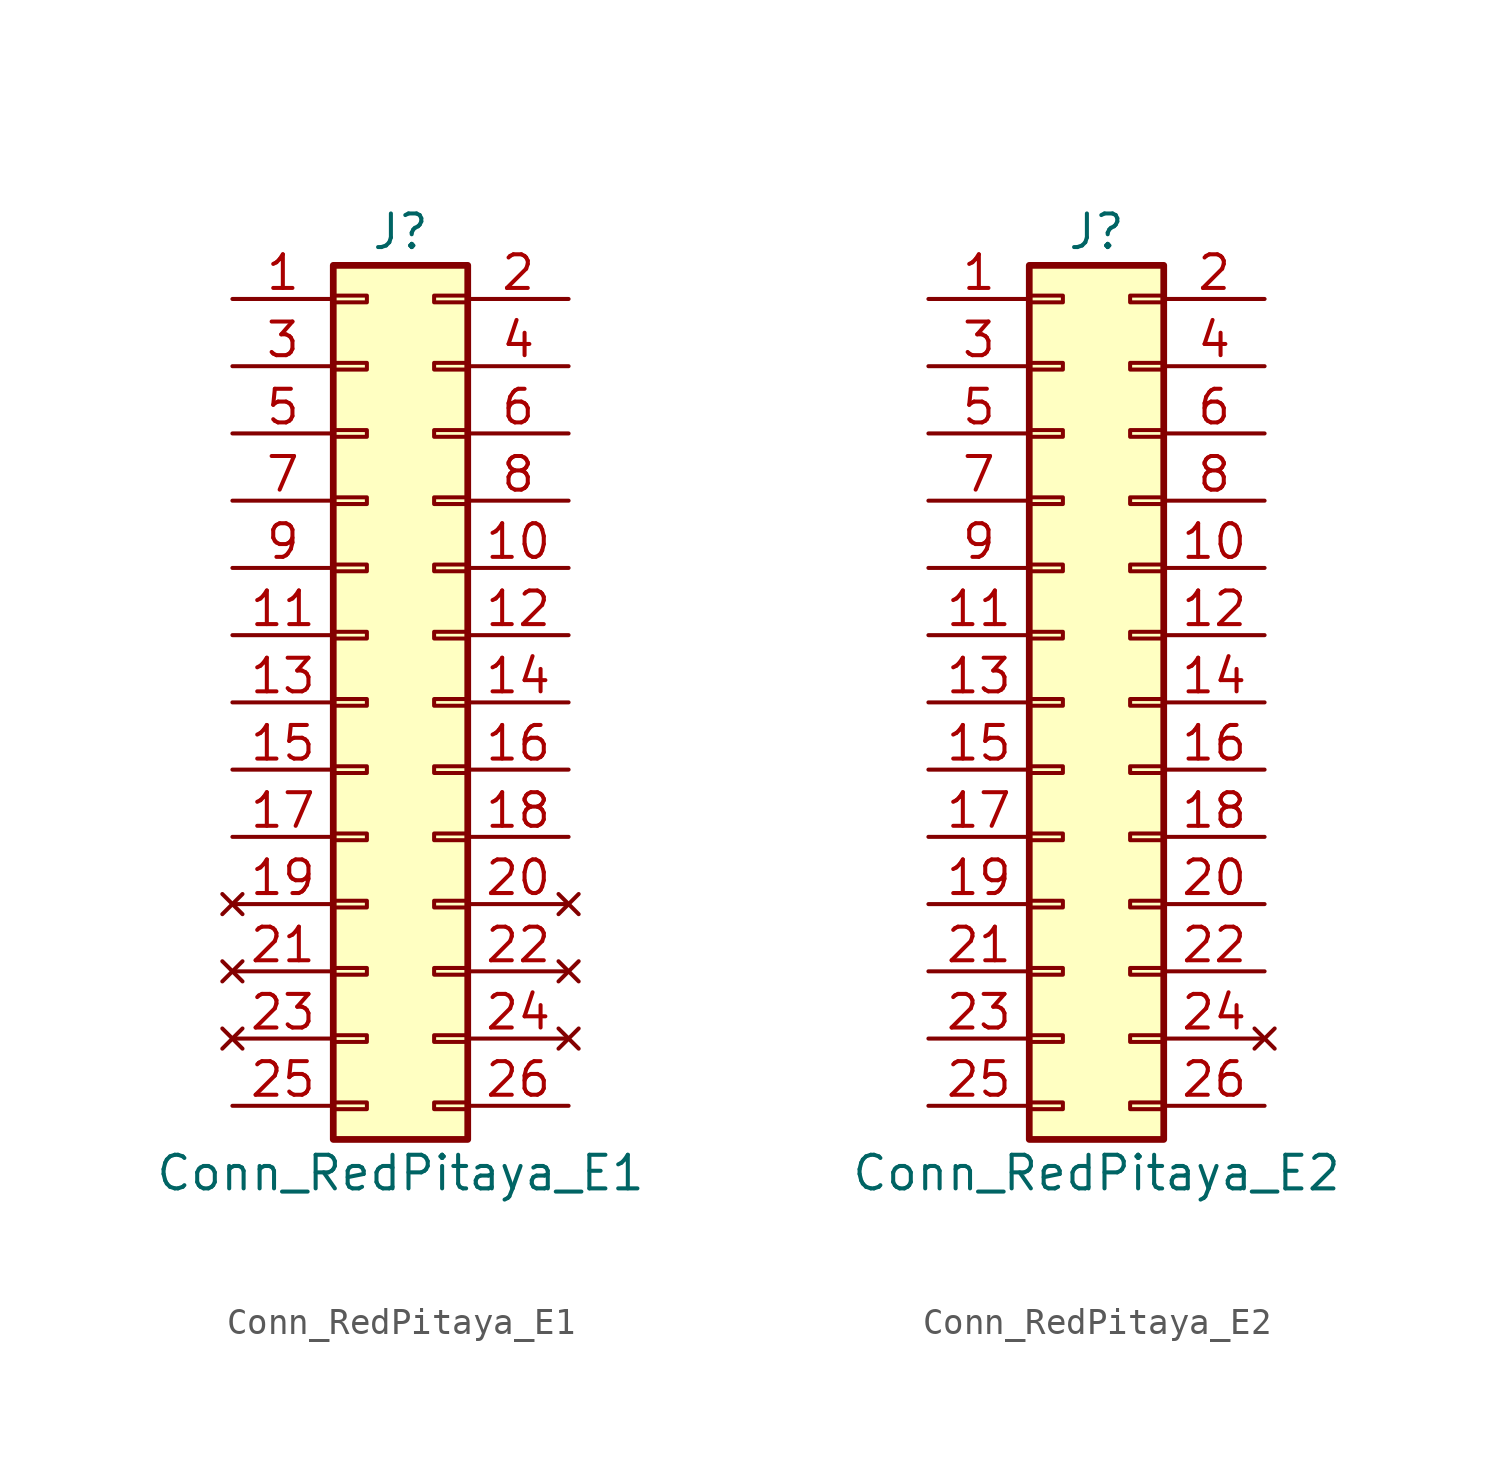
<source format=kicad_sym>
(kicad_symbol_lib
  (version 20231120)
  (generator "kicad_symbol_editor")
  (generator_version "8.0")
  (symbol "Conn_RedPitaya_E1"
    (pin_names
      (offset 1.016) hide)
    (property "Reference" "J"
      (at 1.27 17.78 0)
      (effects (font (size 1.27 1.27))))
    (property "Value" "Conn_RedPitaya_E1"
      (at 1.27 -17.78 0)
      (effects (font (size 1.27 1.27))))
    (symbol "Conn_RedPitaya_E1_1_1"
      (rectangle (start -1.27 -15.113) (end 0 -15.367) (stroke (width 0.152) (type default)) (fill (type none)))
      (rectangle (start -1.27 -12.573) (end 0 -12.827) (stroke (width 0.152) (type default)) (fill (type none)))
      (rectangle (start -1.27 -10.033) (end 0 -10.287) (stroke (width 0.152) (type default)) (fill (type none)))
      (rectangle (start -1.27 -7.493) (end 0 -7.747) (stroke (width 0.152) (type default)) (fill (type none)))
      (rectangle (start -1.27 -4.953) (end 0 -5.207) (stroke (width 0.152) (type default)) (fill (type none)))
      (rectangle (start -1.27 -2.413) (end 0 -2.667) (stroke (width 0.152) (type default)) (fill (type none)))
      (rectangle (start -1.27 0.127) (end 0 -0.127) (stroke (width 0.152) (type default)) (fill (type none)))
      (rectangle (start -1.27 2.667) (end 0 2.413) (stroke (width 0.152) (type default)) (fill (type none)))
      (rectangle (start -1.27 5.207) (end 0 4.953) (stroke (width 0.152) (type default)) (fill (type none)))
      (rectangle (start -1.27 7.747) (end 0 7.493) (stroke (width 0.152) (type default)) (fill (type none)))
      (rectangle (start -1.27 10.287) (end 0 10.033) (stroke (width 0.152) (type default)) (fill (type none)))
      (rectangle (start -1.27 12.827) (end 0 12.573) (stroke (width 0.152) (type default)) (fill (type none)))
      (rectangle (start -1.27 15.367) (end 0 15.113) (stroke (width 0.152) (type default)) (fill (type none)))
      (rectangle (start -1.27 16.51) (end 3.81 -16.51) (stroke (width 0.254) (type default)) (fill (type background)))
      (rectangle (start 3.81 -15.113) (end 2.54 -15.367) (stroke (width 0.152) (type default)) (fill (type none)))
      (rectangle (start 3.81 -12.573) (end 2.54 -12.827) (stroke (width 0.152) (type default)) (fill (type none)))
      (rectangle (start 3.81 -10.033) (end 2.54 -10.287) (stroke (width 0.152) (type default)) (fill (type none)))
      (rectangle (start 3.81 -7.493) (end 2.54 -7.747) (stroke (width 0.152) (type default)) (fill (type none)))
      (rectangle (start 3.81 -4.953) (end 2.54 -5.207) (stroke (width 0.152) (type default)) (fill (type none)))
      (rectangle (start 3.81 -2.413) (end 2.54 -2.667) (stroke (width 0.152) (type default)) (fill (type none)))
      (rectangle (start 3.81 0.127) (end 2.54 -0.127) (stroke (width 0.152) (type default)) (fill (type none)))
      (rectangle (start 3.81 2.667) (end 2.54 2.413) (stroke (width 0.152) (type default)) (fill (type none)))
      (rectangle (start 3.81 5.207) (end 2.54 4.953) (stroke (width 0.152) (type default)) (fill (type none)))
      (rectangle (start 3.81 7.747) (end 2.54 7.493) (stroke (width 0.152) (type default)) (fill (type none)))
      (rectangle (start 3.81 10.287) (end 2.54 10.033) (stroke (width 0.152) (type default)) (fill (type none)))
      (rectangle (start 3.81 12.827) (end 2.54 12.573) (stroke (width 0.152) (type default)) (fill (type none)))
      (rectangle (start 3.81 15.367) (end 2.54 15.113) (stroke (width 0.152) (type default)) (fill (type none)))
      (pin power_out line (at -5.08 15.24 0) (length 3.81) (name "3V3" (effects (font (size 1.27 1.27)))) (number "1" (effects (font (size 1.27 1.27)))))
      (pin bidirectional line (at 7.62 5.08 180) (length 3.81) (name "DIO3_N" (effects (font (size 1.27 1.27)))) (number "10" (effects (font (size 1.27 1.27)))))
      (pin bidirectional line (at -5.08 2.54 0) (length 3.81) (name "DIO4_P" (effects (font (size 1.27 1.27)))) (number "11" (effects (font (size 1.27 1.27)))))
      (pin bidirectional line (at 7.62 2.54 180) (length 3.81) (name "DIO4_N" (effects (font (size 1.27 1.27)))) (number "12" (effects (font (size 1.27 1.27)))))
      (pin bidirectional line (at -5.08 0 0) (length 3.81) (name "DIO5_P" (effects (font (size 1.27 1.27)))) (number "13" (effects (font (size 1.27 1.27)))))
      (pin bidirectional line (at 7.62 0 180) (length 3.81) (name "DIO5_N" (effects (font (size 1.27 1.27)))) (number "14" (effects (font (size 1.27 1.27)))))
      (pin bidirectional line (at -5.08 -2.54 0) (length 3.81) (name "DIO6_P" (effects (font (size 1.27 1.27)))) (number "15" (effects (font (size 1.27 1.27)))) (alternate "CAN1_RX" input line))
      (pin bidirectional line (at 7.62 -2.54 180) (length 3.81) (name "DIO6_N" (effects (font (size 1.27 1.27)))) (number "16" (effects (font (size 1.27 1.27)))) (alternate "CAN1_TX" output line))
      (pin bidirectional line (at -5.08 -5.08 0) (length 3.81) (name "DIO7_P" (effects (font (size 1.27 1.27)))) (number "17" (effects (font (size 1.27 1.27)))) (alternate "CAN0_RX" input line))
      (pin bidirectional line (at 7.62 -5.08 180) (length 3.81) (name "DIO7_N" (effects (font (size 1.27 1.27)))) (number "18" (effects (font (size 1.27 1.27)))) (alternate "CAN0_TX" output line))
      (pin no_connect line (at -5.08 -7.62 0) (length 3.81) (name "Pin_19" (effects (font (size 1.27 1.27)))) (number "19" (effects (font (size 1.27 1.27)))))
      (pin power_out line (at 7.62 15.24 180) (length 3.81) (name "3V3" (effects (font (size 1.27 1.27)))) (number "2" (effects (font (size 1.27 1.27)))))
      (pin no_connect line (at 7.62 -7.62 180) (length 3.81) (name "Pin_20" (effects (font (size 1.27 1.27)))) (number "20" (effects (font (size 1.27 1.27)))))
      (pin no_connect line (at -5.08 -10.16 0) (length 3.81) (name "Pin_21" (effects (font (size 1.27 1.27)))) (number "21" (effects (font (size 1.27 1.27)))))
      (pin no_connect line (at 7.62 -10.16 180) (length 3.81) (name "Pin_22" (effects (font (size 1.27 1.27)))) (number "22" (effects (font (size 1.27 1.27)))))
      (pin no_connect line (at -5.08 -12.7 0) (length 3.81) (name "Pin_23" (effects (font (size 1.27 1.27)))) (number "23" (effects (font (size 1.27 1.27)))))
      (pin no_connect line (at 7.62 -12.7 180) (length 3.81) (name "Pin_24" (effects (font (size 1.27 1.27)))) (number "24" (effects (font (size 1.27 1.27)))))
      (pin passive line (at -5.08 -15.24 0) (length 3.81) (name "GND" (effects (font (size 1.27 1.27)))) (number "25" (effects (font (size 1.27 1.27)))))
      (pin passive line (at 7.62 -15.24 180) (length 3.81) (name "GND" (effects (font (size 1.27 1.27)))) (number "26" (effects (font (size 1.27 1.27)))))
      (pin bidirectional line (at -5.08 12.7 0) (length 3.81) (name "DIO0_P" (effects (font (size 1.27 1.27)))) (number "3" (effects (font (size 1.27 1.27)))) (alternate "EXT_TRIG" bidirectional line))
      (pin bidirectional line (at 7.62 12.7 180) (length 3.81) (name "DIO0_N" (effects (font (size 1.27 1.27)))) (number "4" (effects (font (size 1.27 1.27)))))
      (pin bidirectional line (at -5.08 10.16 0) (length 3.81) (name "DIO1_P" (effects (font (size 1.27 1.27)))) (number "5" (effects (font (size 1.27 1.27)))))
      (pin bidirectional line (at 7.62 10.16 180) (length 3.81) (name "DIO1_N" (effects (font (size 1.27 1.27)))) (number "6" (effects (font (size 1.27 1.27)))))
      (pin bidirectional line (at -5.08 7.62 0) (length 3.81) (name "DIO2_P" (effects (font (size 1.27 1.27)))) (number "7" (effects (font (size 1.27 1.27)))))
      (pin bidirectional line (at 7.62 7.62 180) (length 3.81) (name "DIO2_N" (effects (font (size 1.27 1.27)))) (number "8" (effects (font (size 1.27 1.27)))))
      (pin bidirectional line (at -5.08 5.08 0) (length 3.81) (name "DIO3_P" (effects (font (size 1.27 1.27)))) (number "9" (effects (font (size 1.27 1.27)))))))
  (symbol "Conn_RedPitaya_E2"
    (pin_names
      (offset 1.016) hide)
    (property "Reference" "J"
      (at 1.27 17.78 0)
      (effects (font (size 1.27 1.27))))
    (property "Value" "Conn_RedPitaya_E2"
      (at 1.27 -17.78 0)
      (effects (font (size 1.27 1.27))))
    (symbol "Conn_RedPitaya_E2_1_1"
      (rectangle (start -1.27 -15.113) (end 0 -15.367) (stroke (width 0.152) (type default)) (fill (type none)))
      (rectangle (start -1.27 -12.573) (end 0 -12.827) (stroke (width 0.152) (type default)) (fill (type none)))
      (rectangle (start -1.27 -10.033) (end 0 -10.287) (stroke (width 0.152) (type default)) (fill (type none)))
      (rectangle (start -1.27 -7.493) (end 0 -7.747) (stroke (width 0.152) (type default)) (fill (type none)))
      (rectangle (start -1.27 -4.953) (end 0 -5.207) (stroke (width 0.152) (type default)) (fill (type none)))
      (rectangle (start -1.27 -2.413) (end 0 -2.667) (stroke (width 0.152) (type default)) (fill (type none)))
      (rectangle (start -1.27 0.127) (end 0 -0.127) (stroke (width 0.152) (type default)) (fill (type none)))
      (rectangle (start -1.27 2.667) (end 0 2.413) (stroke (width 0.152) (type default)) (fill (type none)))
      (rectangle (start -1.27 5.207) (end 0 4.953) (stroke (width 0.152) (type default)) (fill (type none)))
      (rectangle (start -1.27 7.747) (end 0 7.493) (stroke (width 0.152) (type default)) (fill (type none)))
      (rectangle (start -1.27 10.287) (end 0 10.033) (stroke (width 0.152) (type default)) (fill (type none)))
      (rectangle (start -1.27 12.827) (end 0 12.573) (stroke (width 0.152) (type default)) (fill (type none)))
      (rectangle (start -1.27 15.367) (end 0 15.113) (stroke (width 0.152) (type default)) (fill (type none)))
      (rectangle (start -1.27 16.51) (end 3.81 -16.51) (stroke (width 0.254) (type default)) (fill (type background)))
      (rectangle (start 3.81 -15.113) (end 2.54 -15.367) (stroke (width 0.152) (type default)) (fill (type none)))
      (rectangle (start 3.81 -12.573) (end 2.54 -12.827) (stroke (width 0.152) (type default)) (fill (type none)))
      (rectangle (start 3.81 -10.033) (end 2.54 -10.287) (stroke (width 0.152) (type default)) (fill (type none)))
      (rectangle (start 3.81 -7.493) (end 2.54 -7.747) (stroke (width 0.152) (type default)) (fill (type none)))
      (rectangle (start 3.81 -4.953) (end 2.54 -5.207) (stroke (width 0.152) (type default)) (fill (type none)))
      (rectangle (start 3.81 -2.413) (end 2.54 -2.667) (stroke (width 0.152) (type default)) (fill (type none)))
      (rectangle (start 3.81 0.127) (end 2.54 -0.127) (stroke (width 0.152) (type default)) (fill (type none)))
      (rectangle (start 3.81 2.667) (end 2.54 2.413) (stroke (width 0.152) (type default)) (fill (type none)))
      (rectangle (start 3.81 5.207) (end 2.54 4.953) (stroke (width 0.152) (type default)) (fill (type none)))
      (rectangle (start 3.81 7.747) (end 2.54 7.493) (stroke (width 0.152) (type default)) (fill (type none)))
      (rectangle (start 3.81 10.287) (end 2.54 10.033) (stroke (width 0.152) (type default)) (fill (type none)))
      (rectangle (start 3.81 12.827) (end 2.54 12.573) (stroke (width 0.152) (type default)) (fill (type none)))
      (rectangle (start 3.81 15.367) (end 2.54 15.113) (stroke (width 0.152) (type default)) (fill (type none)))
      (pin passive line (at -5.08 15.24 0) (length 3.81) (name "+5V" (effects (font (size 1.27 1.27)))) (number "1" (effects (font (size 1.27 1.27)))))
      (pin bidirectional line (at 7.62 5.08 180) (length 3.81) (name "I2C_SDA" (effects (font (size 1.27 1.27)))) (number "10" (effects (font (size 1.27 1.27)))))
      (pin passive line (at -5.08 2.54 0) (length 3.81) (name "Ext_Com" (effects (font (size 1.27 1.27)))) (number "11" (effects (font (size 1.27 1.27)))))
      (pin passive line (at 7.62 2.54 180) (length 3.81) (name "GND" (effects (font (size 1.27 1.27)))) (number "12" (effects (font (size 1.27 1.27)))))
      (pin output line (at -5.08 0 0) (length 3.81) (name "A_IN0" (effects (font (size 1.27 1.27)))) (number "13" (effects (font (size 1.27 1.27)))))
      (pin output line (at 7.62 0 180) (length 3.81) (name "A_IN1" (effects (font (size 1.27 1.27)))) (number "14" (effects (font (size 1.27 1.27)))))
      (pin output line (at -5.08 -2.54 0) (length 3.81) (name "A_IN2" (effects (font (size 1.27 1.27)))) (number "15" (effects (font (size 1.27 1.27)))) (alternate "CAN1_RX" input line))
      (pin output line (at 7.62 -2.54 180) (length 3.81) (name "A_IN3" (effects (font (size 1.27 1.27)))) (number "16" (effects (font (size 1.27 1.27)))) (alternate "CAN1_TX" output line))
      (pin input line (at -5.08 -5.08 0) (length 3.81) (name "A_OUT0" (effects (font (size 1.27 1.27)))) (number "17" (effects (font (size 1.27 1.27)))) (alternate "CAN0_RX" input line))
      (pin input line (at 7.62 -5.08 180) (length 3.81) (name "A_OUT1" (effects (font (size 1.27 1.27)))) (number "18" (effects (font (size 1.27 1.27)))) (alternate "CAN0_TX" output line))
      (pin input line (at -5.08 -7.62 0) (length 3.81) (name "A_OUT2" (effects (font (size 1.27 1.27)))) (number "19" (effects (font (size 1.27 1.27)))))
      (pin power_out line (at 7.62 15.24 180) (length 3.81) (name "-3V3" (effects (font (size 1.27 1.27)))) (number "2" (effects (font (size 1.27 1.27)))))
      (pin input line (at 7.62 -7.62 180) (length 3.81) (name "A_OUT3" (effects (font (size 1.27 1.27)))) (number "20" (effects (font (size 1.27 1.27)))))
      (pin passive line (at -5.08 -10.16 0) (length 3.81) (name "GND" (effects (font (size 1.27 1.27)))) (number "21" (effects (font (size 1.27 1.27)))))
      (pin passive line (at 7.62 -10.16 180) (length 3.81) (name "GND" (effects (font (size 1.27 1.27)))) (number "22" (effects (font (size 1.27 1.27)))))
      (pin bidirectional line (at -5.08 -12.7 0) (length 3.81) (name "Ext_ADC_CLK+" (effects (font (size 1.27 1.27)))) (number "23" (effects (font (size 1.27 1.27)))))
      (pin no_connect line (at 7.62 -12.7 180) (length 3.81) (name "Ext_ADC_CLK-" (effects (font (size 1.27 1.27)))) (number "24" (effects (font (size 1.27 1.27)))))
      (pin passive line (at -5.08 -15.24 0) (length 3.81) (name "GND" (effects (font (size 1.27 1.27)))) (number "25" (effects (font (size 1.27 1.27)))))
      (pin passive line (at 7.62 -15.24 180) (length 3.81) (name "GND" (effects (font (size 1.27 1.27)))) (number "26" (effects (font (size 1.27 1.27)))))
      (pin bidirectional line (at -5.08 12.7 0) (length 3.81) (name "SPI_MOSI" (effects (font (size 1.27 1.27)))) (number "3" (effects (font (size 1.27 1.27)))) (alternate "EXT_TRIG" bidirectional line))
      (pin bidirectional line (at 7.62 12.7 180) (length 3.81) (name "SPI_MISO" (effects (font (size 1.27 1.27)))) (number "4" (effects (font (size 1.27 1.27)))))
      (pin bidirectional line (at -5.08 10.16 0) (length 3.81) (name "SPI_SCK" (effects (font (size 1.27 1.27)))) (number "5" (effects (font (size 1.27 1.27)))))
      (pin bidirectional line (at 7.62 10.16 180) (length 3.81) (name "SPI_CS" (effects (font (size 1.27 1.27)))) (number "6" (effects (font (size 1.27 1.27)))))
      (pin input line (at -5.08 7.62 0) (length 3.81) (name "UART_TX" (effects (font (size 1.27 1.27)))) (number "7" (effects (font (size 1.27 1.27)))))
      (pin output line (at 7.62 7.62 180) (length 3.81) (name "UART_RX" (effects (font (size 1.27 1.27)))) (number "8" (effects (font (size 1.27 1.27)))))
      (pin bidirectional line (at -5.08 5.08 0) (length 3.81) (name "I2C_SCL" (effects (font (size 1.27 1.27)))) (number "9" (effects (font (size 1.27 1.27))))))))
</source>
